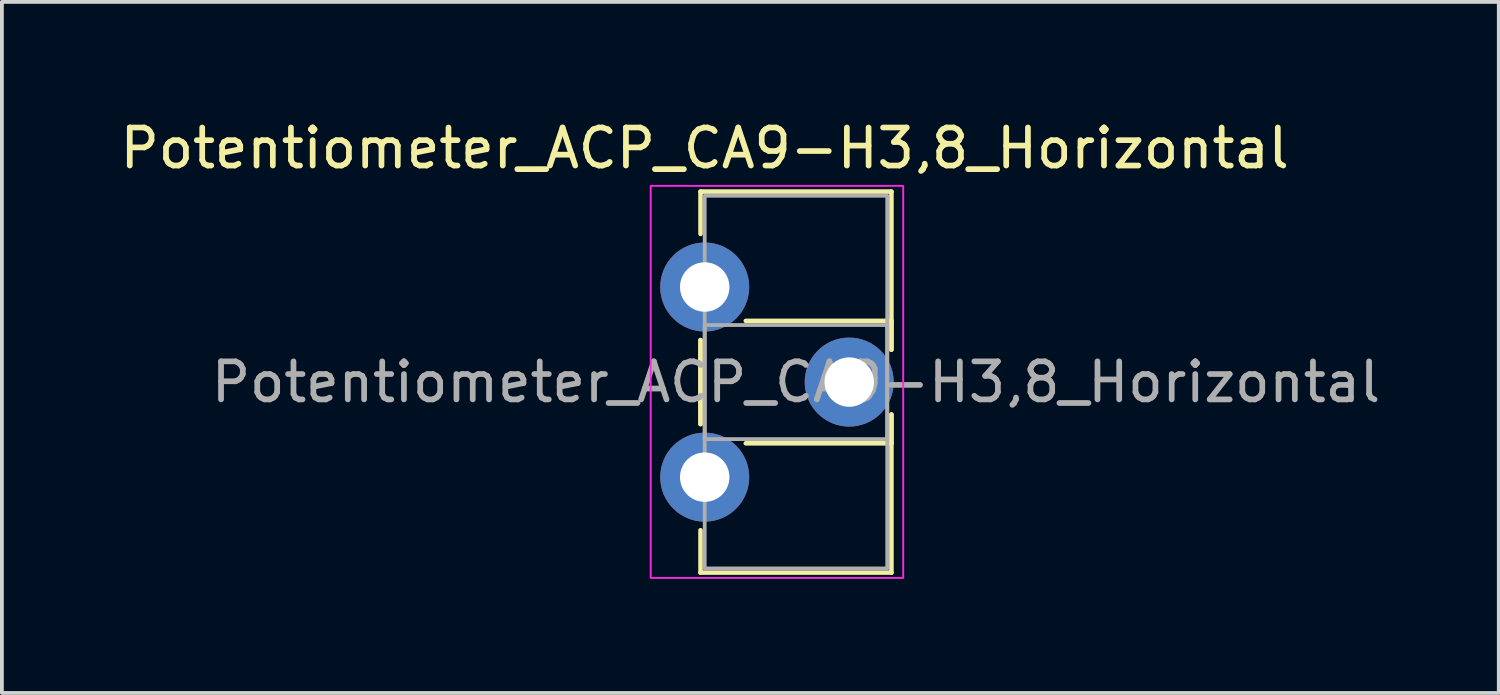
<source format=kicad_pcb>
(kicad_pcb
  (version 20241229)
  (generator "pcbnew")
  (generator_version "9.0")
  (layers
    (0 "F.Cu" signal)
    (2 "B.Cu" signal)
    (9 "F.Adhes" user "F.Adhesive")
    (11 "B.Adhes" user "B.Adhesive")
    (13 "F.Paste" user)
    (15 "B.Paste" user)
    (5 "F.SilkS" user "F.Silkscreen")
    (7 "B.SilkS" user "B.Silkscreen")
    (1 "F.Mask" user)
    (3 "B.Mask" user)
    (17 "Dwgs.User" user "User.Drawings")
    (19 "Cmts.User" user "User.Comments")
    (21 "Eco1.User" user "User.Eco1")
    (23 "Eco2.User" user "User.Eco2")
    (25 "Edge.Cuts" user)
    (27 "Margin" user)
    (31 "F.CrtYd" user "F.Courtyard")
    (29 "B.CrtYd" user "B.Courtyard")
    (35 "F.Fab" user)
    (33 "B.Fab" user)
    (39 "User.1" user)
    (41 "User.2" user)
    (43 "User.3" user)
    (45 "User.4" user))
  (footprint "Potentiometer_ACP_CA9-H3,8_Horizontal"
    (layer "F.Cu")
    (at 15.482 4.498)
    (property "Reference" "Potentiometer_ACP_CA9-H3,8_Horizontal" (at 0 -3.65 0) (layer "F.SilkS") (effects (font (size 1 1) (thickness 0.15))))
    (attr through_hole)
    (fp_line (start -0.11 -2.51) (end 4.91 -2.51) (stroke (width 0.12) (type solid)) (layer "F.SilkS"))
    (fp_line (start -0.11 -1.396) (end -0.11 -2.51) (stroke (width 0.12) (type solid)) (layer "F.SilkS"))
    (fp_line (start -0.11 3.604) (end -0.11 1.396) (stroke (width 0.12) (type solid)) (layer "F.SilkS"))
    (fp_line (start -0.11 3.604) (end -0.11 1.396) (stroke (width 0.12) (type solid)) (layer "F.SilkS"))
    (fp_line (start -0.11 7.51) (end -0.11 6.396) (stroke (width 0.12) (type solid)) (layer "F.SilkS"))
    (fp_line (start 1.081 0.89) (end 4.91 0.89) (stroke (width 0.12) (type solid)) (layer "F.SilkS"))
    (fp_line (start 4.91 -2.51) (end 4.91 1.647) (stroke (width 0.12) (type solid)) (layer "F.SilkS"))
    (fp_line (start 4.91 0.89) (end 4.91 1.647) (stroke (width 0.12) (type solid)) (layer "F.SilkS"))
    (fp_line (start 4.91 3.353) (end 4.91 4.11) (stroke (width 0.12) (type solid)) (layer "F.SilkS"))
    (fp_line (start 4.91 3.353) (end 4.91 7.51) (stroke (width 0.12) (type solid)) (layer "F.SilkS"))
    (fp_line (start 4.91 4.11) (end 1.081 4.11) (stroke (width 0.12) (type solid)) (layer "F.SilkS"))
    (fp_line (start 4.91 7.51) (end -0.11 7.51) (stroke (width 0.12) (type solid)) (layer "F.SilkS"))
    (fp_rect (start -1.42 -2.66) (end 5.22 7.65) (stroke (width 0.05) (type solid)) (fill no) (layer "F.CrtYd"))
    (fp_rect (start 0 -2.4) (end 4.8 7.4) (stroke (width 0.1) (type solid)) (fill no) (layer "F.Fab"))
    (fp_rect (start 0 1) (end 4.8 4) (stroke (width 0.1) (type solid)) (fill no) (layer "F.Fab"))
    (fp_text user "${REFERENCE}" (at 2.4 2.5 0) (layer "F.Fab") (effects (font (size 1 1) (thickness 0.15))))
    (pad "1" thru_hole circle (at 0 0) (size 2.34 2.34) (drill 1.3) (layers "*.Cu" "*.Mask"))
    (pad "2" thru_hole circle (at 3.8 2.5) (size 2.34 2.34) (drill 1.3) (layers "*.Cu" "*.Mask"))
    (pad "3" thru_hole circle (at 0 5) (size 2.34 2.34) (drill 1.3) (layers "*.Cu" "*.Mask")))
  (gr_rect
    (start -3 -3)
    (end 36.364 15.173)
    (stroke (width 0.1) (type default))
    (fill no)
    (layer "Edge.Cuts")))
</source>
